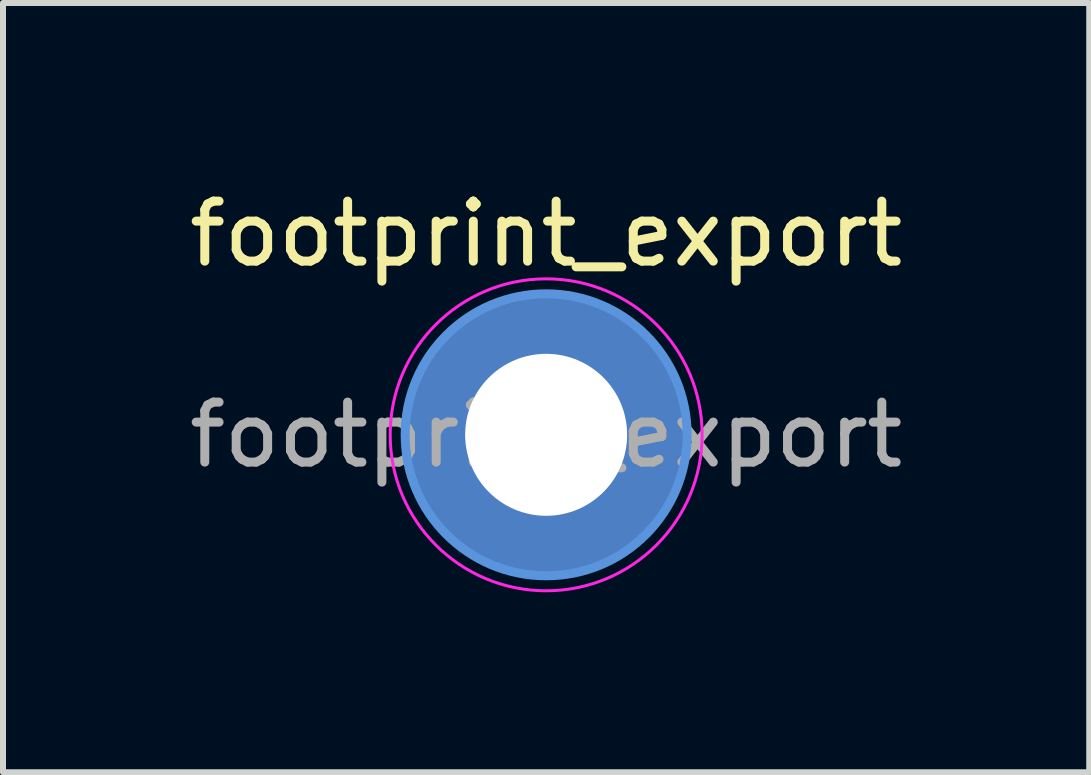
<source format=kicad_pcb>
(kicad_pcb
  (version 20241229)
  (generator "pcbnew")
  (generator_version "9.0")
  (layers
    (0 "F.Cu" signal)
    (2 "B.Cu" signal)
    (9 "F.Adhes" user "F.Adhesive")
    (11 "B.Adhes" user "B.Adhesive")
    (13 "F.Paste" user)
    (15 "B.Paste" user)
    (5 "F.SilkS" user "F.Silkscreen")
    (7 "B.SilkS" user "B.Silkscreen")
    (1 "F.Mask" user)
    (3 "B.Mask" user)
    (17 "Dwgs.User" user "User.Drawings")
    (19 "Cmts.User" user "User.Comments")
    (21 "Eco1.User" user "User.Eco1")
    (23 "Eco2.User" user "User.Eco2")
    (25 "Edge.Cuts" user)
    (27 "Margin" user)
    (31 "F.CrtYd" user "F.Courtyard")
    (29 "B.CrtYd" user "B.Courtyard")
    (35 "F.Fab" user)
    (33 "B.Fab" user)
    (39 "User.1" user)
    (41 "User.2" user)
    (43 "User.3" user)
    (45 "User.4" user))
  (footprint "footprint_export"
    (layer "F.Cu")
    (at 6.054 4.198)
    (property "Reference" "footprint_export" (at 0 -3.35 0) (layer "F.SilkS") (effects (font (size 1 1) (thickness 0.15))))
    (attr exclude_from_pos_files exclude_from_bom)
    (fp_circle (center 0 0) (end 2.35 0) (stroke (width 0.15) (type solid)) (fill no) (layer "Cmts.User"))
    (fp_circle (center 0 0) (end 2.6 0) (stroke (width 0.05) (type solid)) (fill no) (layer "F.CrtYd"))
    (fp_text user "${REFERENCE}" (at 0 0 0) (layer "F.Fab") (effects (font (size 1 1) (thickness 0.15))))
    (pad "1" thru_hole circle (at 0 0) (size 4.7 4.7) (drill 2.7) (layers "*.Cu" "*.Mask")))
  (gr_rect
    (start -3 -3)
    (end 15.107 9.823)
    (stroke (width 0.1) (type default))
    (fill no)
    (layer "Edge.Cuts")))
</source>
